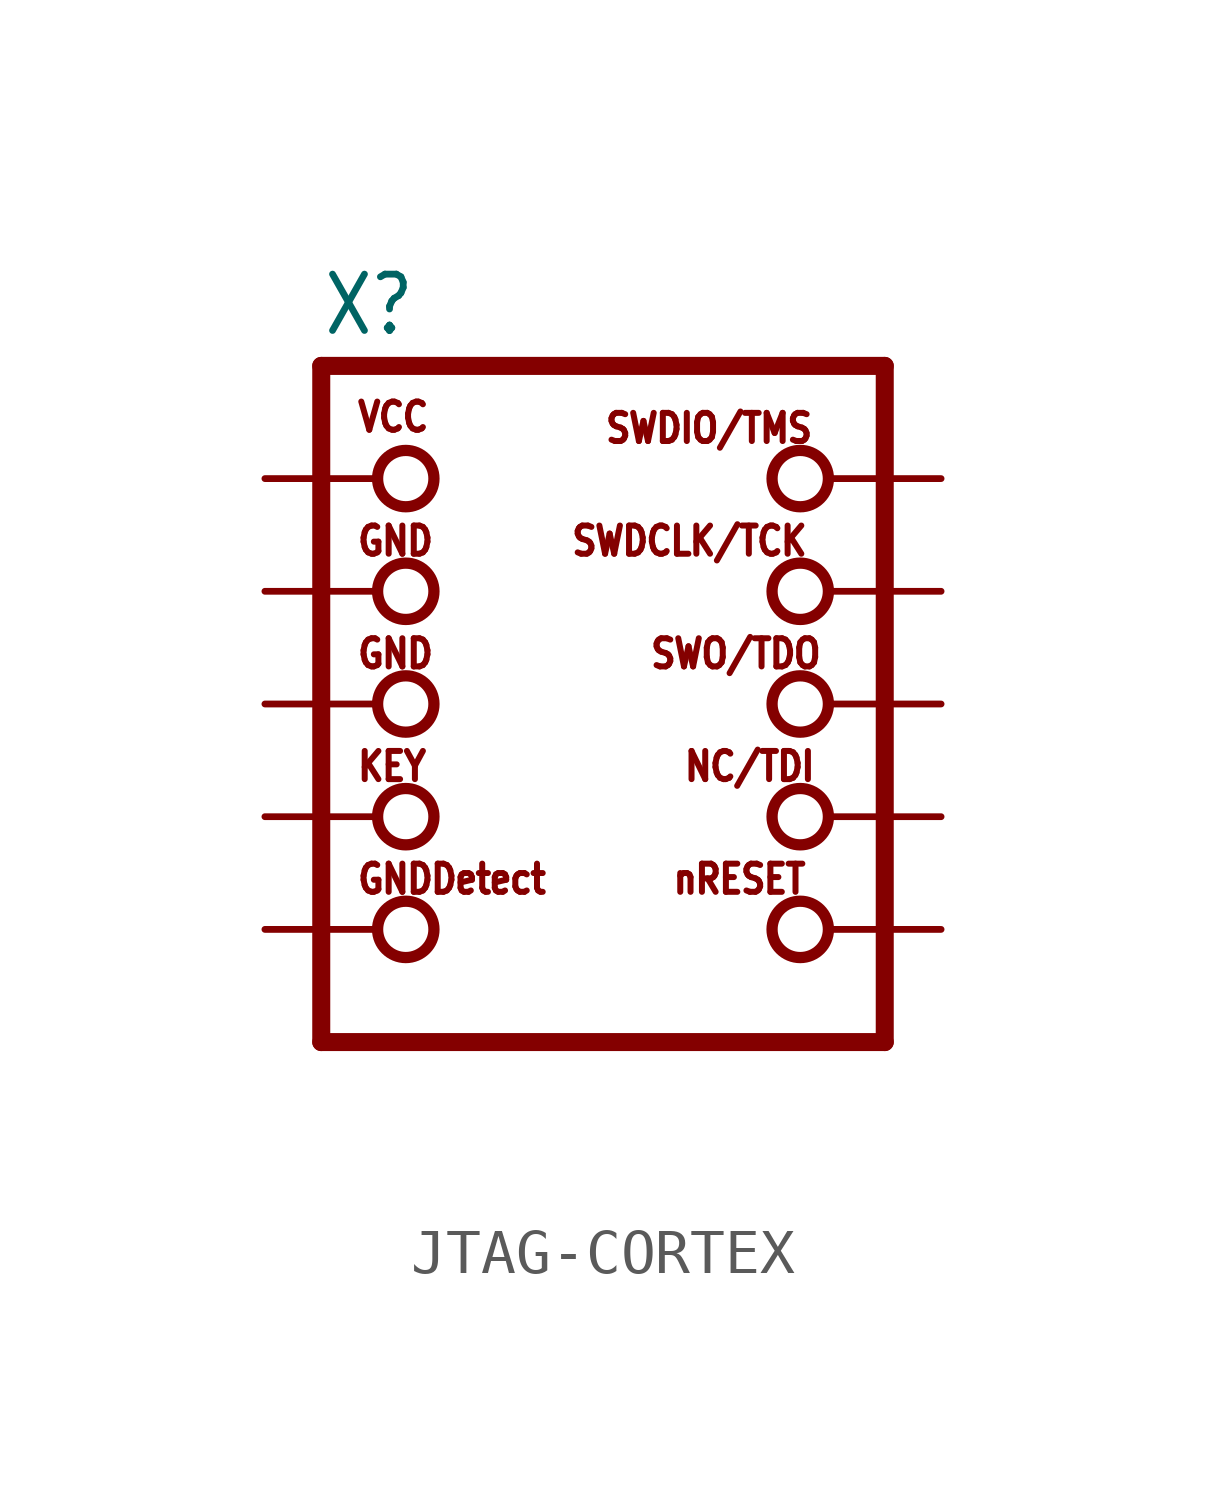
<source format=kicad_sym>
(kicad_symbol_lib
  (version 20241209)
  (generator "kicad_symbol_editor")
  (generator_version "9.0")
  (symbol "JTAG-CORTEX"
    (property "Reference" "X"
      (at -6.35 8.255 0)
      (effects (font (size 1.27 1.079)) (justify left bottom)))
    (property "Value" ""
      (at -6.35 -9.525 0)
      (effects (font (size 1.27 1.079)) (justify left bottom)))
    (property "ki_locked" ""
      (at 0 0 0)
      (effects (font (size 1.27 1.27))))
    (symbol "JTAG-CORTEX_1_0"
      (polyline (pts (xy -6.35 7.62) (xy -6.35 -7.62)) (stroke (width 0.406) (type solid)) (fill (type none)))
      (polyline (pts (xy -6.35 7.62) (xy 6.35 7.62)) (stroke (width 0.406) (type solid)) (fill (type none)))
      (circle (center -4.445 5.08) (radius 0.635) (stroke (width 0.254) (type solid)) (fill (type none)))
      (circle (center -4.445 2.54) (radius 0.635) (stroke (width 0.254) (type solid)) (fill (type none)))
      (circle (center -4.445 0) (radius 0.635) (stroke (width 0.254) (type solid)) (fill (type none)))
      (circle (center -4.445 -2.54) (radius 0.635) (stroke (width 0.254) (type solid)) (fill (type none)))
      (circle (center -4.445 -5.08) (radius 0.635) (stroke (width 0.254) (type solid)) (fill (type none)))
      (circle (center 4.445 5.08) (radius 0.635) (stroke (width 0.254) (type solid)) (fill (type none)))
      (circle (center 4.445 2.54) (radius 0.635) (stroke (width 0.254) (type solid)) (fill (type none)))
      (circle (center 4.445 0) (radius 0.635) (stroke (width 0.254) (type solid)) (fill (type none)))
      (circle (center 4.445 -2.54) (radius 0.635) (stroke (width 0.254) (type solid)) (fill (type none)))
      (circle (center 4.445 -5.08) (radius 0.635) (stroke (width 0.254) (type solid)) (fill (type none)))
      (polyline (pts (xy 6.35 -7.62) (xy -6.35 -7.62)) (stroke (width 0.406) (type solid)) (fill (type none)))
      (polyline (pts (xy 6.35 -7.62) (xy 6.35 7.62)) (stroke (width 0.406) (type solid)) (fill (type none)))
      (text "VCC" (at -5.588 6.096 0) (effects (font (size 0.635 0.54)) (justify left bottom)))
      (text "GND" (at -5.588 3.302 0) (effects (font (size 0.635 0.54)) (justify left bottom)))
      (text "GND" (at -5.588 0.762 0) (effects (font (size 0.635 0.54)) (justify left bottom)))
      (text "KEY" (at -5.588 -1.778 0) (effects (font (size 0.635 0.54)) (justify left bottom)))
      (text "GNDDetect" (at -5.588 -4.318 0) (effects (font (size 0.635 0.54)) (justify left bottom)))
      (text "SWDCLK/TCK" (at -0.762 3.302 0) (effects (font (size 0.635 0.54)) (justify left bottom)))
      (text "SWDIO/TMS" (at 0 5.842 0) (effects (font (size 0.635 0.54)) (justify left bottom)))
      (text "SWO/TDO" (at 1.016 0.762 0) (effects (font (size 0.635 0.54)) (justify left bottom)))
      (text "nRESET" (at 1.524 -4.318 0) (effects (font (size 0.635 0.54)) (justify left bottom)))
      (text "NC/TDI" (at 1.778 -1.778 0) (effects (font (size 0.635 0.54)) (justify left bottom)))
      (pin power_in line (at -7.62 5.08 0) (length 2.54) (name "VCC" (effects (font (size 0 0)))) (number "1" (effects (font (size 0 0)))))
      (pin power_in line (at -7.62 2.54 0) (length 2.54) (name "GND@1" (effects (font (size 0 0)))) (number "3" (effects (font (size 0 0)))))
      (pin power_in line (at -7.62 0 0) (length 2.54) (name "GND@2" (effects (font (size 0 0)))) (number "5" (effects (font (size 0 0)))))
      (pin bidirectional line (at -7.62 -2.54 0) (length 2.54) (name "KEY" (effects (font (size 0 0)))) (number "7" (effects (font (size 0 0)))))
      (pin bidirectional line (at -7.62 -5.08 0) (length 2.54) (name "GNDDETECT" (effects (font (size 0 0)))) (number "9" (effects (font (size 0 0)))))
      (pin bidirectional line (at 7.62 5.08 180) (length 2.54) (name "SWDIO" (effects (font (size 0 0)))) (number "2" (effects (font (size 0 0)))))
      (pin bidirectional line (at 7.62 2.54 180) (length 2.54) (name "SWDCLK" (effects (font (size 0 0)))) (number "4" (effects (font (size 0 0)))))
      (pin bidirectional line (at 7.62 0 180) (length 2.54) (name "SWO" (effects (font (size 0 0)))) (number "6" (effects (font (size 0 0)))))
      (pin bidirectional line (at 7.62 -2.54 180) (length 2.54) (name "TDI" (effects (font (size 0 0)))) (number "8" (effects (font (size 0 0)))))
      (pin bidirectional line (at 7.62 -5.08 180) (length 2.54) (name "NRESET" (effects (font (size 0 0)))) (number "10" (effects (font (size 0 0))))))))
</source>
